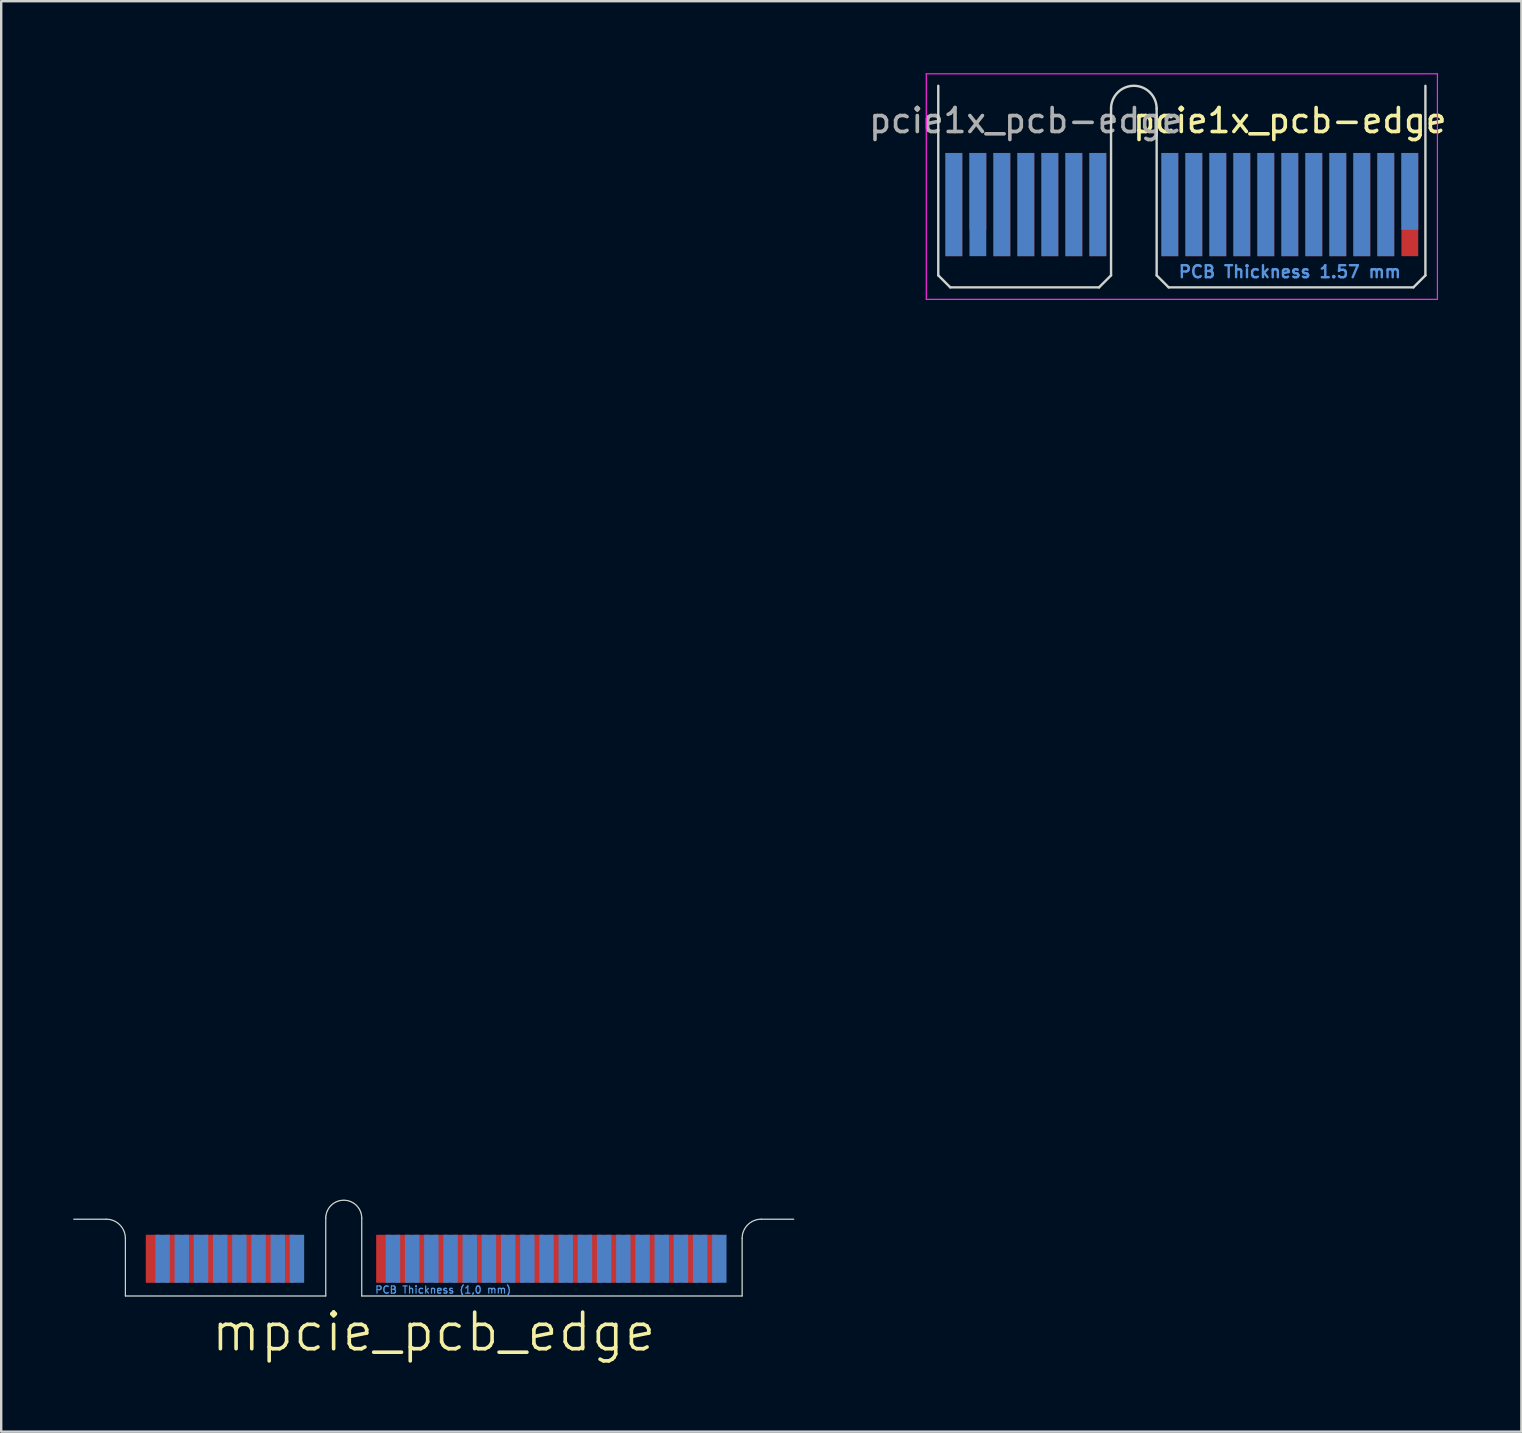
<source format=kicad_pcb>
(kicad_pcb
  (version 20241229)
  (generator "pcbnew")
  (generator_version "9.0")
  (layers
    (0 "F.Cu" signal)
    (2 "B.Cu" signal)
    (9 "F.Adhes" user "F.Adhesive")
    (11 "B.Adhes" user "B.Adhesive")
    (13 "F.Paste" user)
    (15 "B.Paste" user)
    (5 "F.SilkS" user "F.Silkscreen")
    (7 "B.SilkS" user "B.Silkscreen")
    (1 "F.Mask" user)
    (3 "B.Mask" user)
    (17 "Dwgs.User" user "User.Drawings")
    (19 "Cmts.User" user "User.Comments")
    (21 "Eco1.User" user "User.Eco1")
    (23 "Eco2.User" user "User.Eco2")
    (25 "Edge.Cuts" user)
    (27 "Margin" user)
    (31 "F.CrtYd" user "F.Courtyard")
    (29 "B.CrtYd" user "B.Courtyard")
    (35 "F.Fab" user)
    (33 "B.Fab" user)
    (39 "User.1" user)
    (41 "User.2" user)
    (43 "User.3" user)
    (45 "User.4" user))
  (footprint "mpcie_pcb_edge"
    (layer "F.Cu")
    (at 15.025 50.955)
    (property "Reference" "mpcie_pcb_edge" (at 0 1.5 0) (layer "F.SilkS") (effects (font (size 1.524 1.524) (thickness 0.15))))
    (attr through_hole)
    (fp_line (start 0 0) (end 0 -50.95) (stroke (width 0.01) (type solid)) (layer "Eco1.User"))
    (fp_line (start 15 -3.2) (end 13.65 -3.2) (stroke (width 0.01) (type solid)) (layer "Eco2.User"))
    (fp_line (start -13.65 -3.2) (end -15 -3.2) (stroke (width 0.01) (type solid)) (layer "Edge.Cuts"))
    (fp_line (start -13.65 -3.2) (end -15 -3.2) (stroke (width 0.05) (type default)) (layer "Edge.Cuts"))
    (fp_line (start -12.85 0) (end -12.85 -2.4) (stroke (width 0.01) (type solid)) (layer "Edge.Cuts"))
    (fp_line (start -12.85 0) (end -12.85 -2.4) (stroke (width 0.05) (type default)) (layer "Edge.Cuts"))
    (fp_line (start -4.5 -3.25) (end -4.5 0) (stroke (width 0.05) (type default)) (layer "Edge.Cuts"))
    (fp_line (start -4.5 0) (end -12.85 0) (stroke (width 0.01) (type solid)) (layer "Edge.Cuts"))
    (fp_line (start -4.5 0) (end -12.85 0) (stroke (width 0.05) (type default)) (layer "Edge.Cuts"))
    (fp_line (start -4.5 0) (end -4.5 -3.25) (stroke (width 0.01) (type solid)) (layer "Edge.Cuts"))
    (fp_line (start -3 0) (end -3 -3.25) (stroke (width 0.01) (type solid)) (layer "Edge.Cuts"))
    (fp_line (start -3 0) (end -3 -3.24) (stroke (width 0.05) (type default)) (layer "Edge.Cuts"))
    (fp_line (start -3 0) (end 12.85 0) (stroke (width 0.01) (type solid)) (layer "Edge.Cuts"))
    (fp_line (start 12.85 -2.4) (end 12.85 0) (stroke (width 0.05) (type default)) (layer "Edge.Cuts"))
    (fp_line (start 12.85 0) (end -3 0) (stroke (width 0.05) (type default)) (layer "Edge.Cuts"))
    (fp_line (start 12.85 0) (end 12.85 -2.4) (stroke (width 0.01) (type solid)) (layer "Edge.Cuts"))
    (fp_line (start 13.65 -3.2) (end 15 -3.2) (stroke (width 0.01) (type default)) (layer "Edge.Cuts"))
    (fp_line (start 15 -3.2) (end 13.65 -3.2) (stroke (width 0.05) (type default)) (layer "Edge.Cuts"))
    (fp_arc (start -13.651578 -3.198421) (mid -13.085988 -2.965127) (end -12.851576 -2.4) (stroke (width 0.01) (type solid)) (layer "Edge.Cuts"))
    (fp_arc (start -13.650001 -3.2) (mid -13.084314 -2.965685) (end -12.849999 -2.399998) (stroke (width 0.05) (type default)) (layer "Edge.Cuts"))
    (fp_arc (start -4.5 -3.24) (mid -3.75 -3.99) (end -3 -3.24) (stroke (width 0.01) (type default)) (layer "Edge.Cuts"))
    (fp_arc (start -4.5 -3.24) (mid -3.75 -3.99) (end -3 -3.24) (stroke (width 0.05) (type default)) (layer "Edge.Cuts"))
    (fp_arc (start 12.85 -2.4) (mid 13.084315 -2.965685) (end 13.65 -3.2) (stroke (width 0.01) (type solid)) (layer "Edge.Cuts"))
    (fp_arc (start 12.85 -2.4) (mid 13.084315 -2.965685) (end 13.65 -3.2) (stroke (width 0.05) (type default)) (layer "Edge.Cuts"))
    (fp_arc (start -4.5 -3.25) (mid -3.75 -4) (end -3 -3.25) (stroke (width 0.01) (type solid)) (layer "F.Fab"))
    (fp_text user "PCB Thickness (1,0 mm)" (at -2.47 -0.08 0) (unlocked yes) (layer "Cmts.User") (effects (font (size 0.3 0.3) (thickness 0.05)) (justify left bottom)))
    (pad "1" smd rect (at -11.7 -1.55) (size 0.6 2) (layers "F.Cu" "F.Mask"))
    (pad "2" smd rect (at -11.3 -1.55) (size 0.6 2) (layers "B.Cu" "B.Mask"))
    (pad "3" smd rect (at -10.9 -1.55) (size 0.6 2) (layers "F.Cu" "F.Mask"))
    (pad "4" smd rect (at -10.5 -1.55) (size 0.6 2) (layers "B.Cu" "B.Mask"))
    (pad "5" smd rect (at -10.1 -1.55) (size 0.6 2) (layers "F.Cu" "F.Mask"))
    (pad "6" smd rect (at -9.7 -1.55) (size 0.6 2) (layers "B.Cu" "B.Mask"))
    (pad "7" smd rect (at -9.3 -1.55) (size 0.6 2) (layers "F.Cu" "F.Mask"))
    (pad "8" smd rect (at -8.9 -1.55) (size 0.6 2) (layers "B.Cu" "B.Mask"))
    (pad "9" smd rect (at -8.5 -1.55) (size 0.6 2) (layers "F.Cu" "F.Mask"))
    (pad "10" smd rect (at -8.1 -1.55) (size 0.6 2) (layers "B.Cu" "B.Mask"))
    (pad "11" smd rect (at -7.7 -1.55) (size 0.6 2) (layers "F.Cu" "F.Mask"))
    (pad "12" smd rect (at -7.3 -1.55) (size 0.6 2) (layers "B.Cu" "B.Mask"))
    (pad "13" smd rect (at -6.9 -1.55) (size 0.6 2) (layers "F.Cu" "F.Mask"))
    (pad "14" smd rect (at -6.5 -1.55) (size 0.6 2) (layers "B.Cu" "B.Mask"))
    (pad "15" smd rect (at -6.1 -1.55) (size 0.6 2) (layers "F.Cu" "F.Mask"))
    (pad "16" smd rect (at -5.7 -1.55) (size 0.6 2) (layers "B.Cu" "B.Mask"))
    (pad "17" smd rect (at -2.1 -1.55) (size 0.6 2) (layers "F.Cu" "F.Mask"))
    (pad "18" smd rect (at -1.7 -1.55) (size 0.6 2) (layers "B.Cu" "B.Mask"))
    (pad "19" smd rect (at -1.3 -1.55) (size 0.6 2) (layers "F.Cu" "F.Mask"))
    (pad "20" smd rect (at -0.9 -1.55) (size 0.6 2) (layers "B.Cu" "B.Mask"))
    (pad "21" smd rect (at -0.5 -1.55) (size 0.6 2) (layers "F.Cu" "F.Mask"))
    (pad "22" smd rect (at -0.1 -1.55) (size 0.6 2) (layers "B.Cu" "B.Mask"))
    (pad "23" smd rect (at 0.3 -1.55) (size 0.6 2) (layers "F.Cu" "F.Mask"))
    (pad "24" smd rect (at 0.7 -1.55) (size 0.6 2) (layers "B.Cu" "B.Mask"))
    (pad "25" smd rect (at 1.1 -1.55) (size 0.6 2) (layers "F.Cu" "F.Mask"))
    (pad "26" smd rect (at 1.5 -1.55) (size 0.6 2) (layers "B.Cu" "B.Mask"))
    (pad "27" smd rect (at 1.9 -1.55) (size 0.6 2) (layers "F.Cu" "F.Mask"))
    (pad "28" smd rect (at 2.3 -1.55) (size 0.6 2) (layers "B.Cu" "B.Mask"))
    (pad "29" smd rect (at 2.7 -1.55) (size 0.6 2) (layers "F.Cu" "F.Mask"))
    (pad "30" smd rect (at 3.1 -1.55) (size 0.6 2) (layers "B.Cu" "B.Mask"))
    (pad "31" smd rect (at 3.5 -1.55) (size 0.6 2) (layers "F.Cu" "F.Mask"))
    (pad "32" smd rect (at 3.9 -1.55) (size 0.6 2) (layers "B.Cu" "B.Mask"))
    (pad "33" smd rect (at 4.3 -1.55) (size 0.6 2) (layers "F.Cu" "F.Mask"))
    (pad "34" smd rect (at 4.7 -1.55) (size 0.6 2) (layers "B.Cu" "B.Mask"))
    (pad "35" smd rect (at 5.1 -1.55) (size 0.6 2) (layers "F.Cu" "F.Mask"))
    (pad "36" smd rect (at 5.5 -1.55) (size 0.6 2) (layers "B.Cu" "B.Mask"))
    (pad "37" smd rect (at 5.9 -1.55) (size 0.6 2) (layers "F.Cu" "F.Mask"))
    (pad "38" smd rect (at 6.3 -1.55) (size 0.6 2) (layers "B.Cu" "B.Mask"))
    (pad "39" smd rect (at 6.7 -1.55) (size 0.6 2) (layers "F.Cu" "F.Mask"))
    (pad "40" smd rect (at 7.1 -1.55) (size 0.6 2) (layers "B.Cu" "B.Mask"))
    (pad "41" smd rect (at 7.5 -1.55) (size 0.6 2) (layers "F.Cu" "F.Mask"))
    (pad "42" smd rect (at 7.9 -1.55) (size 0.6 2) (layers "B.Cu" "B.Mask"))
    (pad "43" smd rect (at 8.3 -1.55) (size 0.6 2) (layers "F.Cu" "F.Mask"))
    (pad "44" smd rect (at 8.7 -1.55) (size 0.6 2) (layers "B.Cu" "B.Mask"))
    (pad "45" smd rect (at 9.1 -1.55) (size 0.6 2) (layers "F.Cu" "F.Mask"))
    (pad "46" smd rect (at 9.5 -1.55) (size 0.6 2) (layers "B.Cu" "B.Mask"))
    (pad "47" smd rect (at 9.9 -1.55) (size 0.6 2) (layers "F.Cu" "F.Mask"))
    (pad "48" smd rect (at 10.3 -1.55) (size 0.6 2) (layers "B.Cu" "B.Mask"))
    (pad "49" smd rect (at 10.7 -1.55) (size 0.6 2) (layers "F.Cu" "F.Mask"))
    (pad "50" smd rect (at 11.1 -1.55) (size 0.6 2) (layers "B.Cu" "B.Mask"))
    (pad "51" smd rect (at 11.5 -1.55) (size 0.6 2) (layers "F.Cu" "F.Mask"))
    (pad "52" smd rect (at 11.9 -1.55) (size 0.6 2) (layers "B.Cu" "B.Mask"))
    (zone (net_name "") (layers "F.Cu" "B.Cu" "F.SilkS" "B.SilkS") (hatch edge 0.5) (connect_pads) (min_thickness 0.25) (filled_areas_thickness no) (keepout (tracks allowed) (vias allowed) (pads allowed) (copperpour not_allowed) (footprints allowed)) (placement (enabled no)) (fill) (polygon (pts (xy 1.425 50.955) (xy 1.425 47.935) (xy 29.045 47.935) (xy 29.045 50.935) (xy 29.025 50.955) (xy 2.175 50.955)))))
  (footprint "pcie1x_pcb-edge"
    (layer "F.Cu")
    (at 36.699 5.475)
    (property "Reference" "pcie1x_pcb-edge" (at 14 -3.5 0) (layer "F.SilkS") (effects (font (size 1 1) (thickness 0.15))))
    (attr exclude_from_pos_files exclude_from_bom)
    (fp_line (start -0.65 -4.95) (end -0.65 2.95) (stroke (width 0.1) (type solid)) (layer "Edge.Cuts"))
    (fp_line (start -0.65 2.95) (end -0.15 3.45) (stroke (width 0.1) (type solid)) (layer "Edge.Cuts"))
    (fp_line (start 6.05 3.45) (end -0.15 3.45) (stroke (width 0.1) (type solid)) (layer "Edge.Cuts"))
    (fp_line (start 6.55 -4) (end 6.55 2.95) (stroke (width 0.1) (type solid)) (layer "Edge.Cuts"))
    (fp_line (start 6.55 2.95) (end 6.05 3.45) (stroke (width 0.1) (type solid)) (layer "Edge.Cuts"))
    (fp_line (start 8.45 -4) (end 8.45 2.95) (stroke (width 0.1) (type solid)) (layer "Edge.Cuts"))
    (fp_line (start 8.45 2.95) (end 8.95 3.45) (stroke (width 0.1) (type solid)) (layer "Edge.Cuts"))
    (fp_line (start 19.15 3.45) (end 8.95 3.45) (stroke (width 0.1) (type solid)) (layer "Edge.Cuts"))
    (fp_line (start 19.65 -4.95) (end 19.65 2.95) (stroke (width 0.1) (type solid)) (layer "Edge.Cuts"))
    (fp_line (start 19.65 2.95) (end 19.15 3.45) (stroke (width 0.1) (type solid)) (layer "Edge.Cuts"))
    (fp_arc (start 6.55 -4) (mid 7.5 -4.95) (end 8.45 -4) (stroke (width 0.1) (type solid)) (layer "Edge.Cuts"))
    (fp_line (start -1.15 3.95) (end -1.15 -5.45) (stroke (width 0.05) (type solid)) (layer "F.CrtYd"))
    (fp_line (start -1.15 3.95) (end 20.15 3.95) (stroke (width 0.05) (type solid)) (layer "F.CrtYd"))
    (fp_line (start 20.15 -5.45) (end -1.15 -5.45) (stroke (width 0.05) (type solid)) (layer "F.CrtYd"))
    (fp_line (start 20.15 -5.45) (end 20.15 3.95) (stroke (width 0.05) (type solid)) (layer "F.CrtYd"))
    (fp_text user "PCB Thickness 1.57 mm" (at 14 2.8 180) (layer "Cmts.User") (effects (font (size 0.5 0.5) (thickness 0.1))))
    (fp_text user "${REFERENCE}" (at 3 -3.5 0) (layer "F.Fab") (effects (font (size 1 1) (thickness 0.15))))
    (pad "A1" connect rect (at 19 -0.55) (size 0.7 3.2) (layers "B.Cu" "B.Mask"))
    (pad "A2" connect rect (at 18 0) (size 0.7 4.3) (layers "B.Cu" "B.Mask"))
    (pad "A3" connect rect (at 17 0) (size 0.7 4.3) (layers "B.Cu" "B.Mask"))
    (pad "A4" connect rect (at 16 0) (size 0.7 4.3) (layers "B.Cu" "B.Mask"))
    (pad "A5" connect rect (at 15 0) (size 0.7 4.3) (layers "B.Cu" "B.Mask"))
    (pad "A6" connect rect (at 14 0) (size 0.7 4.3) (layers "B.Cu" "B.Mask"))
    (pad "A7" connect rect (at 13 0) (size 0.7 4.3) (layers "B.Cu" "B.Mask"))
    (pad "A8" connect rect (at 12 0) (size 0.7 4.3) (layers "B.Cu" "B.Mask"))
    (pad "A9" connect rect (at 11 0) (size 0.7 4.3) (layers "B.Cu" "B.Mask"))
    (pad "A10" connect rect (at 10 0) (size 0.7 4.3) (layers "B.Cu" "B.Mask"))
    (pad "A11" connect rect (at 9 0) (size 0.7 4.3) (layers "B.Cu" "B.Mask"))
    (pad "A12" connect rect (at 6 0) (size 0.7 4.3) (layers "B.Cu" "B.Mask"))
    (pad "A13" connect rect (at 5 0) (size 0.7 4.3) (layers "B.Cu" "B.Mask"))
    (pad "A14" connect rect (at 4 0) (size 0.7 4.3) (layers "B.Cu" "B.Mask"))
    (pad "A15" connect rect (at 3 0) (size 0.7 4.3) (layers "B.Cu" "B.Mask"))
    (pad "A16" connect rect (at 2 0) (size 0.7 4.3) (layers "B.Cu" "B.Mask"))
    (pad "A17" connect rect (at 1 0) (size 0.7 4.3) (layers "B.Cu" "B.Mask"))
    (pad "A18" connect rect (at 0 0) (size 0.7 4.3) (layers "B.Cu" "B.Mask"))
    (pad "B1" connect rect (at 19 0) (size 0.7 4.3) (layers "F.Cu" "F.Mask"))
    (pad "B2" connect rect (at 18 0) (size 0.7 4.3) (layers "F.Cu" "F.Mask"))
    (pad "B3" connect rect (at 17 0) (size 0.7 4.3) (layers "F.Cu" "F.Mask"))
    (pad "B4" connect rect (at 16 0) (size 0.7 4.3) (layers "F.Cu" "F.Mask"))
    (pad "B5" connect rect (at 15 0) (size 0.7 4.3) (layers "F.Cu" "F.Mask"))
    (pad "B6" connect rect (at 14 0) (size 0.7 4.3) (layers "F.Cu" "F.Mask"))
    (pad "B7" connect rect (at 13 0) (size 0.7 4.3) (layers "F.Cu" "F.Mask"))
    (pad "B8" connect rect (at 12 0) (size 0.7 4.3) (layers "F.Cu" "F.Mask"))
    (pad "B9" connect rect (at 11 0) (size 0.7 4.3) (layers "F.Cu" "F.Mask"))
    (pad "B10" connect rect (at 10 0) (size 0.7 4.3) (layers "F.Cu" "F.Mask"))
    (pad "B11" connect rect (at 9 0) (size 0.7 4.3) (layers "F.Cu" "F.Mask"))
    (pad "B12" connect rect (at 6 0) (size 0.7 4.3) (layers "F.Cu" "F.Mask"))
    (pad "B13" connect rect (at 5 0) (size 0.7 4.3) (layers "F.Cu" "F.Mask"))
    (pad "B14" connect rect (at 4 0) (size 0.7 4.3) (layers "F.Cu" "F.Mask"))
    (pad "B15" connect rect (at 3 0) (size 0.7 4.3) (layers "F.Cu" "F.Mask"))
    (pad "B16" connect rect (at 2 0) (size 0.7 4.3) (layers "F.Cu" "F.Mask"))
    (pad "B17" connect rect (at 1 -0.55) (size 0.7 3.2) (layers "F.Cu" "F.Mask"))
    (pad "B18" connect rect (at 0 0) (size 0.7 4.3) (layers "F.Cu" "F.Mask"))
    (zone (net_name "") (layers "F.Cu" "B.Cu" "F.SilkS" "B.SilkS") (hatch edge 0.5) (connect_pads) (min_thickness 0.25) (filled_areas_thickness no) (keepout (tracks allowed) (vias allowed) (pads allowed) (copperpour not_allowed) (footprints allowed)) (placement (enabled no)) (fill) (polygon (pts (xy 56.919 0.705) (xy 35.449 0.705) (xy 35.471 3.799) (xy 35.519 9.555) (xy 56.919 9.535)))))
  (gr_rect
    (start -3 -3)
    (end 60.348 56.61)
    (stroke (width 0.1) (type default))
    (fill no)
    (layer "Edge.Cuts")))
</source>
